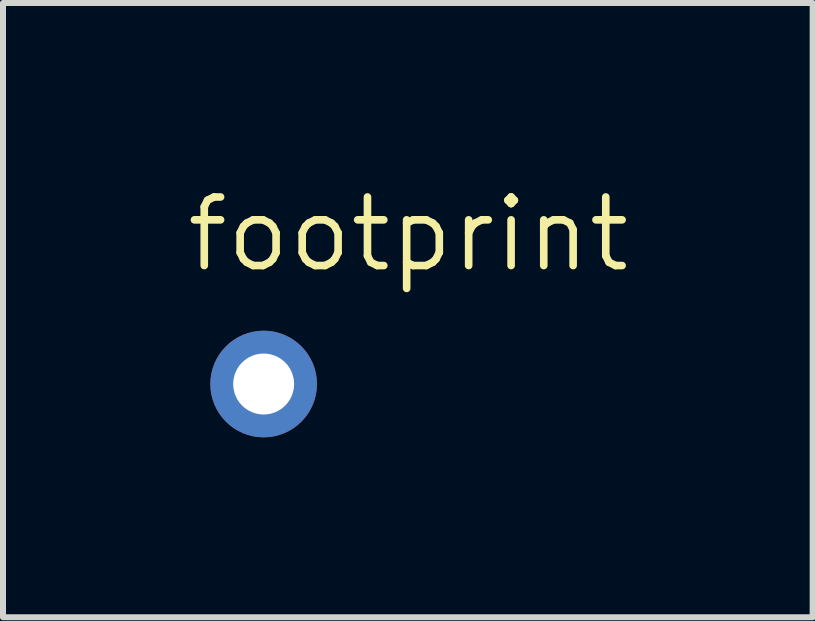
<source format=kicad_pcb>
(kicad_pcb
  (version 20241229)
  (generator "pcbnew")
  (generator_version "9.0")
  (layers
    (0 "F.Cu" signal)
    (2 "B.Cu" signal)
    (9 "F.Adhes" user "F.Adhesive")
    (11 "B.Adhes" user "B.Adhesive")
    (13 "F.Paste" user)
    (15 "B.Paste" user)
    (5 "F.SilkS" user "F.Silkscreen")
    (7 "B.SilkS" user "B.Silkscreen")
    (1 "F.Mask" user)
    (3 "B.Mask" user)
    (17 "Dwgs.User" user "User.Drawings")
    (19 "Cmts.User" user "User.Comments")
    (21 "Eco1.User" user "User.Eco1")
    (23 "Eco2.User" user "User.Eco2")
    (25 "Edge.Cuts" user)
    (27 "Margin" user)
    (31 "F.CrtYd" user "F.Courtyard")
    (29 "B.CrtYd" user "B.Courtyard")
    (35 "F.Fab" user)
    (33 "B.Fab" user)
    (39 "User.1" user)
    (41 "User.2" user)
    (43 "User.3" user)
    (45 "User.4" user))
  (footprint "footprint"
    (layer "F.Cu")
    (at 1.346 3.353)
    (property "Reference" "footprint" (at -1.346 -1.829 0) (layer "F.SilkS") (effects (font (size 1.143 1.143) (thickness 0.127)) (justify left bottom)))
    (pad "1" thru_hole circle (at 0 0) (size 1.778 1.778) (drill 1.016) (layers "*.Cu" "*.Mask")))
  (gr_rect
    (start -3 -3)
    (end 10.5 7.242)
    (stroke (width 0.1) (type default))
    (fill no)
    (layer "Edge.Cuts")))
</source>
